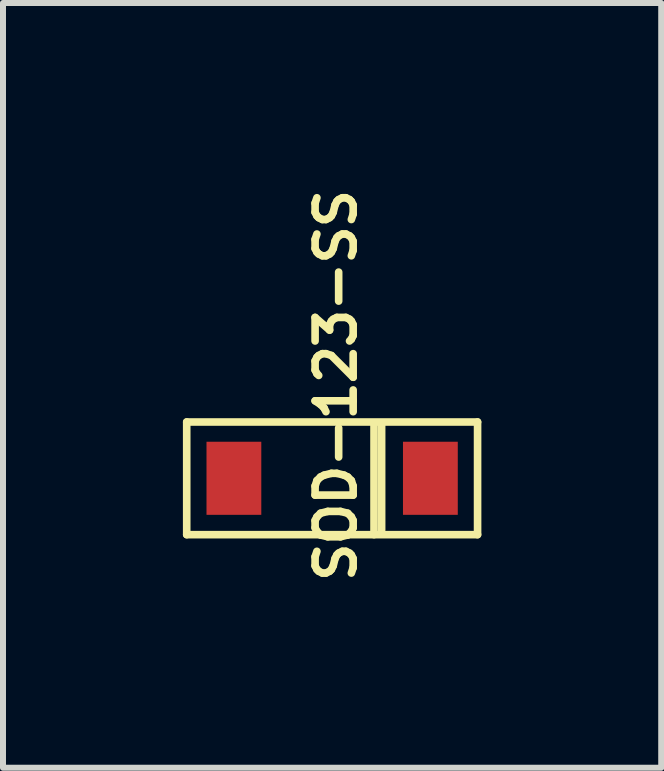
<source format=kicad_pcb>
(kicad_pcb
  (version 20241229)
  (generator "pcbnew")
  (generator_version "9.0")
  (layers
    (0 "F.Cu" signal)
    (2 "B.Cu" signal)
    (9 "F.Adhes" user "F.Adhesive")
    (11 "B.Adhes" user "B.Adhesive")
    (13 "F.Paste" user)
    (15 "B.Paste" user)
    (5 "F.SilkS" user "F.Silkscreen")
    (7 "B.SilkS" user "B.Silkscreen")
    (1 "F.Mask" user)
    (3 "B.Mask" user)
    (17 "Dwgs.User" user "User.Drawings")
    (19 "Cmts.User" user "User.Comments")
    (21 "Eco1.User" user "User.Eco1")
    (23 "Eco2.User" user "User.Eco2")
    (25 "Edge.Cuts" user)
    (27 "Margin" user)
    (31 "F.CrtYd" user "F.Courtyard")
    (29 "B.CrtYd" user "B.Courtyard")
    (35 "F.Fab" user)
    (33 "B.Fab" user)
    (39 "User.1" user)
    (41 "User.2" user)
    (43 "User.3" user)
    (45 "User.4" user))
  (footprint "SOD-123-SS"
    (layer "F.Cu")
    (at 0.394 5.537)
    (property "Reference" "SOD-123-SS" (at 2.159 -2.159 90) (layer "F.SilkS") (effects (font (size 0.635 0.635) (thickness 0.127))))
    (attr through_hole)
    (fp_line (start -0.33 -1.549) (end -0.33 0.33) (stroke (width 0.127) (type solid)) (layer "F.SilkS"))
    (fp_line (start -0.33 0.33) (end 4.521 0.33) (stroke (width 0.127) (type solid)) (layer "F.SilkS"))
    (fp_line (start 2.794 0.33) (end 2.794 -1.499) (stroke (width 0.127) (type solid)) (layer "F.SilkS"))
    (fp_line (start 2.921 0.254) (end 2.921 -1.524) (stroke (width 0.127) (type solid)) (layer "F.SilkS"))
    (fp_line (start 4.521 -1.549) (end -0.33 -1.549) (stroke (width 0.127) (type solid)) (layer "F.SilkS"))
    (fp_line (start 4.521 0.33) (end 4.521 -1.549) (stroke (width 0.127) (type solid)) (layer "F.SilkS"))
    (pad "1" smd rect (at 0.457 -0.61) (size 0.914 1.219) (layers "F.Cu" "F.Mask" "F.Paste"))
    (pad "2" smd rect (at 3.734 -0.61) (size 0.914 1.219) (layers "F.Cu" "F.Mask" "F.Paste")))
  (gr_rect
    (start -3 -3)
    (end 7.978 9.755)
    (stroke (width 0.1) (type default))
    (fill no)
    (layer "Edge.Cuts")))
</source>
